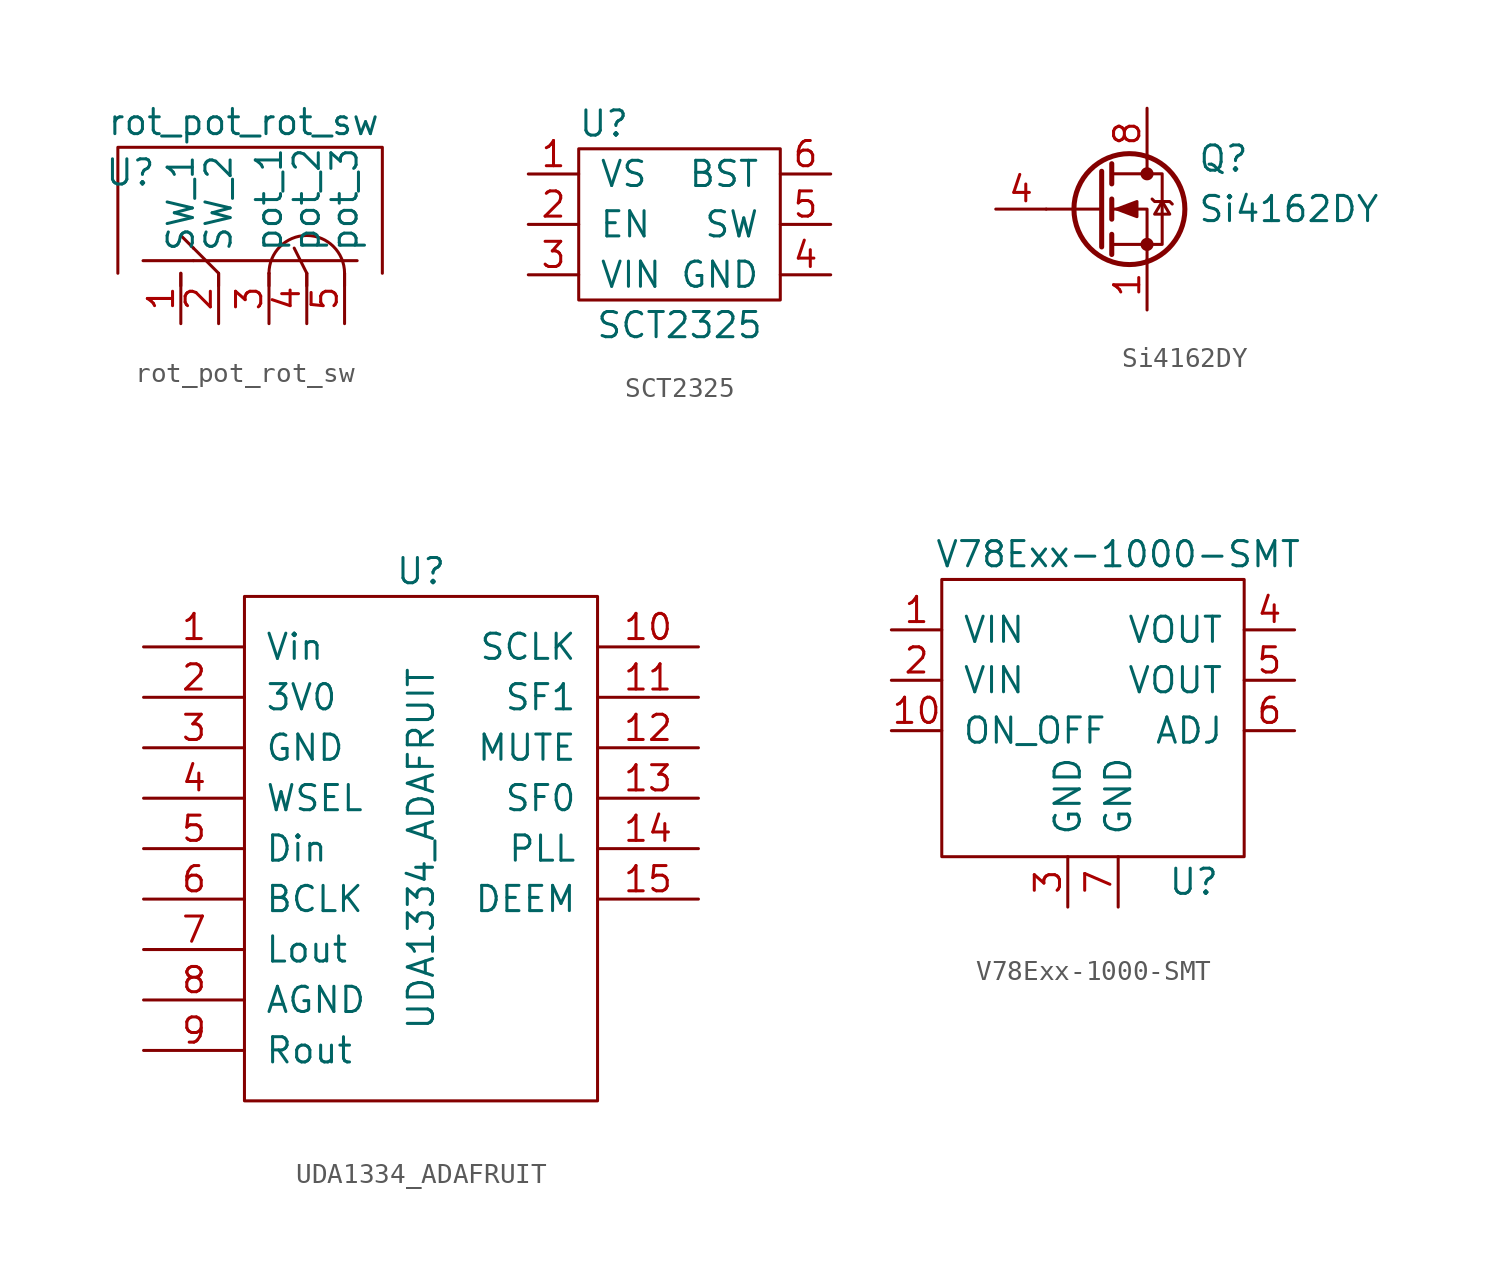
<source format=kicad_sym>
(kicad_symbol_lib
  (version 20231120)
  (generator "kicad_symbol_editor")
  (generator_version "8.0")
  (symbol "rot_pot_rot_sw"
    (pin_names
      (offset 1.016))
    (property "Reference" "U"
      (at -9.525 5.08 0)
      (effects (font (size 1.27 1.27))))
    (property "Value" "rot_pot_rot_sw"
      (at -3.81 7.62 0)
      (effects (font (size 1.27 1.27))))
    (symbol "rot_pot_rot_sw_0_1"
      (polyline (pts (xy -8.89 0.635) (xy -6.35 0.635)) (stroke (width 0) (type default)) (fill (type none)))
      (polyline (pts (xy -6.35 0.635) (xy 1.905 0.635)) (stroke (width 0) (type default)) (fill (type none)))
      (polyline (pts (xy -6.35 1.27) (xy -6.985 1.905)) (stroke (width 0) (type default)) (fill (type none)))
      (polyline (pts (xy -2.54 0) (xy -2.54 -0.635)) (stroke (width 0) (type default)) (fill (type none)))
      (polyline (pts (xy -0.635 0) (xy -1.27 1.27)) (stroke (width 0) (type default)) (fill (type none)))
      (polyline (pts (xy -0.635 0) (xy -0.635 -0.635)) (stroke (width 0) (type default)) (fill (type none)))
      (polyline (pts (xy 1.27 0) (xy 1.27 -0.635)) (stroke (width 0) (type default)) (fill (type none)))
      (polyline (pts (xy -6.985 -0.635) (xy -6.985 0) (xy -6.985 -0.635)) (stroke (width 0) (type default)) (fill (type none)))
      (polyline (pts (xy -5.08 -0.635) (xy -5.08 0) (xy -6.35 1.27)) (stroke (width 0) (type default)) (fill (type none)))
      (polyline (pts (xy -10.16 0) (xy -10.16 6.35) (xy 3.175 6.35) (xy 3.175 0)) (stroke (width 0) (type default)) (fill (type none)))
      (arc (start 1.27 0) (mid -0.635 1.8967) (end -2.54 0) (stroke (width 0) (type default)) (fill (type none))))
    (symbol "rot_pot_rot_sw_1_1"
      (pin passive line (at -6.985 -2.54 90) (length 2.54) (name "SW_1" (effects (font (size 1.27 1.27)))) (number "1" (effects (font (size 1.27 1.27)))))
      (pin passive line (at -5.08 -2.54 90) (length 2.54) (name "SW_2" (effects (font (size 1.27 1.27)))) (number "2" (effects (font (size 1.27 1.27)))))
      (pin passive line (at -2.54 -2.54 90) (length 2.54) (name "pot_1" (effects (font (size 1.27 1.27)))) (number "3" (effects (font (size 1.27 1.27)))))
      (pin passive line (at -0.635 -2.54 90) (length 2.54) (name "pot_2" (effects (font (size 1.27 1.27)))) (number "4" (effects (font (size 1.27 1.27)))))
      (pin passive line (at 1.27 -2.54 90) (length 2.54) (name "pot_3" (effects (font (size 1.27 1.27)))) (number "5" (effects (font (size 1.27 1.27)))))))
  (symbol "SCT2325"
    (pin_names
      (offset 1.016))
    (property "Reference" "U"
      (at -3.81 5.08 0)
      (effects (font (size 1.27 1.27))))
    (property "Value" "SCT2325"
      (at 0 -5.08 0)
      (effects (font (size 1.27 1.27))))
    (symbol "SCT2325_0_1"
      (rectangle (start -5.08 3.81) (end 5.08 -3.81) (stroke (width 0) (type default)) (fill (type none))))
    (symbol "SCT2325_1_1"
      (pin input line (at -7.62 2.54 0) (length 2.54) (name "VS" (effects (font (size 1.27 1.27)))) (number "1" (effects (font (size 1.27 1.27)))))
      (pin input line (at -7.62 0 0) (length 2.54) (name "EN" (effects (font (size 1.27 1.27)))) (number "2" (effects (font (size 1.27 1.27)))))
      (pin power_in line (at -7.62 -2.54 0) (length 2.54) (name "VIN" (effects (font (size 1.27 1.27)))) (number "3" (effects (font (size 1.27 1.27)))))
      (pin passive line (at 7.62 -2.54 180) (length 2.54) (name "GND" (effects (font (size 1.27 1.27)))) (number "4" (effects (font (size 1.27 1.27)))))
      (pin power_out line (at 7.62 0 180) (length 2.54) (name "SW" (effects (font (size 1.27 1.27)))) (number "5" (effects (font (size 1.27 1.27)))))
      (pin power_out line (at 7.62 2.54 180) (length 2.54) (name "BST" (effects (font (size 1.27 1.27)))) (number "6" (effects (font (size 1.27 1.27)))))))
  (symbol "Si4162DY"
    (pin_names hide)
    (property "Reference" "Q"
      (at 5.08 2.54 0)
      (effects (font (size 1.27 1.27)) (justify left)))
    (property "Value" "Si4162DY"
      (at 5.08 0 0)
      (effects (font (size 1.27 1.27)) (justify left)))
    (symbol "Si4162DY_0_1"
      (polyline (pts (xy 0.254 0) (xy -2.54 0)) (stroke (width 0) (type default)) (fill (type none)))
      (polyline (pts (xy 0.254 1.905) (xy 0.254 -1.905)) (stroke (width 0.254) (type default)) (fill (type none)))
      (polyline (pts (xy 0.762 -1.27) (xy 0.762 -2.286)) (stroke (width 0.254) (type default)) (fill (type none)))
      (polyline (pts (xy 0.762 0.508) (xy 0.762 -0.508)) (stroke (width 0.254) (type default)) (fill (type none)))
      (polyline (pts (xy 0.762 2.286) (xy 0.762 1.27)) (stroke (width 0.254) (type default)) (fill (type none)))
      (polyline (pts (xy 2.54 2.54) (xy 2.54 1.778)) (stroke (width 0) (type default)) (fill (type none)))
      (polyline (pts (xy 2.54 -2.54) (xy 2.54 0) (xy 0.762 0)) (stroke (width 0) (type default)) (fill (type none)))
      (polyline (pts (xy 0.762 -1.778) (xy 3.302 -1.778) (xy 3.302 1.778) (xy 0.762 1.778)) (stroke (width 0) (type default)) (fill (type none)))
      (polyline (pts (xy 1.016 0) (xy 2.032 0.381) (xy 2.032 -0.381) (xy 1.016 0)) (stroke (width 0) (type default)) (fill (type outline)))
      (polyline (pts (xy 2.794 0.508) (xy 2.921 0.381) (xy 3.683 0.381) (xy 3.81 0.254)) (stroke (width 0) (type default)) (fill (type none)))
      (polyline (pts (xy 3.302 0.381) (xy 2.921 -0.254) (xy 3.683 -0.254) (xy 3.302 0.381)) (stroke (width 0) (type default)) (fill (type none)))
      (circle (center 1.651 0) (radius 2.794) (stroke (width 0.254) (type default)) (fill (type none)))
      (circle (center 2.54 -1.778) (radius 0.254) (stroke (width 0) (type default)) (fill (type outline)))
      (circle (center 2.54 1.778) (radius 0.254) (stroke (width 0) (type default)) (fill (type outline))))
    (symbol "Si4162DY_1_1"
      (pin passive line (at 2.54 -5.08 90) (length 2.54) (name "S" (effects (font (size 1.27 1.27)))) (number "1" (effects (font (size 1.27 1.27)))))
      (pin passive line (at 2.54 -5.08 90) (length 2.54) hide (name "S" (effects (font (size 1.27 1.27)))) (number "2" (effects (font (size 1.27 1.27)))))
      (pin passive line (at 2.54 -5.08 90) (length 2.54) hide (name "S" (effects (font (size 1.27 1.27)))) (number "3" (effects (font (size 1.27 1.27)))))
      (pin input line (at -5.08 0 0) (length 2.54) (name "G" (effects (font (size 1.27 1.27)))) (number "4" (effects (font (size 1.27 1.27)))))
      (pin passive line (at 2.54 5.08 270) (length 2.54) hide (name "D" (effects (font (size 1.27 1.27)))) (number "5" (effects (font (size 1.27 1.27)))))
      (pin passive line (at 2.54 5.08 270) (length 2.54) hide (name "D" (effects (font (size 1.27 1.27)))) (number "6" (effects (font (size 1.27 1.27)))))
      (pin passive line (at 2.54 5.08 270) (length 2.54) hide (name "D" (effects (font (size 1.27 1.27)))) (number "7" (effects (font (size 1.27 1.27)))))
      (pin passive line (at 2.54 5.08 270) (length 2.54) (name "D" (effects (font (size 1.27 1.27)))) (number "8" (effects (font (size 1.27 1.27)))))))
  (symbol "UDA1334_ADAFRUIT"
    (pin_names
      (offset 1.016))
    (property "Reference" "U"
      (at 0 11.43 0)
      (effects (font (size 1.27 1.27))))
    (property "Value" "UDA1334_ADAFRUIT"
      (at 0 -2.54 90)
      (effects (font (size 1.27 1.27))))
    (symbol "UDA1334_ADAFRUIT_0_1"
      (rectangle (start -8.89 10.16) (end 8.89 -15.24) (stroke (width 0) (type default)) (fill (type none))))
    (symbol "UDA1334_ADAFRUIT_1_1"
      (pin power_in line (at -13.97 7.62 0) (length 5.08) (name "Vin" (effects (font (size 1.27 1.27)))) (number "1" (effects (font (size 1.27 1.27)))))
      (pin input line (at 13.97 7.62 180) (length 5.08) (name "SCLK" (effects (font (size 1.27 1.27)))) (number "10" (effects (font (size 1.27 1.27)))))
      (pin input line (at 13.97 5.08 180) (length 5.08) (name "SF1" (effects (font (size 1.27 1.27)))) (number "11" (effects (font (size 1.27 1.27)))))
      (pin input line (at 13.97 2.54 180) (length 5.08) (name "MUTE" (effects (font (size 1.27 1.27)))) (number "12" (effects (font (size 1.27 1.27)))))
      (pin input line (at 13.97 0 180) (length 5.08) (name "SF0" (effects (font (size 1.27 1.27)))) (number "13" (effects (font (size 1.27 1.27)))))
      (pin input line (at 13.97 -2.54 180) (length 5.08) (name "PLL" (effects (font (size 1.27 1.27)))) (number "14" (effects (font (size 1.27 1.27)))))
      (pin input line (at 13.97 -5.08 180) (length 5.08) (name "DEEM" (effects (font (size 1.27 1.27)))) (number "15" (effects (font (size 1.27 1.27)))))
      (pin power_out line (at -13.97 5.08 0) (length 5.08) (name "3V0" (effects (font (size 1.27 1.27)))) (number "2" (effects (font (size 1.27 1.27)))))
      (pin passive line (at -13.97 2.54 0) (length 5.08) (name "GND" (effects (font (size 1.27 1.27)))) (number "3" (effects (font (size 1.27 1.27)))))
      (pin input line (at -13.97 0 0) (length 5.08) (name "WSEL" (effects (font (size 1.27 1.27)))) (number "4" (effects (font (size 1.27 1.27)))))
      (pin input line (at -13.97 -2.54 0) (length 5.08) (name "Din" (effects (font (size 1.27 1.27)))) (number "5" (effects (font (size 1.27 1.27)))))
      (pin input line (at -13.97 -5.08 0) (length 5.08) (name "BCLK" (effects (font (size 1.27 1.27)))) (number "6" (effects (font (size 1.27 1.27)))))
      (pin output line (at -13.97 -7.62 0) (length 5.08) (name "Lout" (effects (font (size 1.27 1.27)))) (number "7" (effects (font (size 1.27 1.27)))))
      (pin passive line (at -13.97 -10.16 0) (length 5.08) (name "AGND" (effects (font (size 1.27 1.27)))) (number "8" (effects (font (size 1.27 1.27)))))
      (pin output line (at -13.97 -12.7 0) (length 5.08) (name "Rout" (effects (font (size 1.27 1.27)))) (number "9" (effects (font (size 1.27 1.27)))))))
  (symbol "V78Exx-1000-SMT"
    (pin_names
      (offset 1.016))
    (property "Reference" "U"
      (at 5.08 -8.89 0)
      (effects (font (size 1.27 1.27))))
    (property "Value" "V78Exx-1000-SMT"
      (at 1.27 7.62 0)
      (effects (font (size 1.27 1.27))))
    (symbol "V78Exx-1000-SMT_0_1"
      (rectangle (start -7.62 6.35) (end 7.62 -7.62) (stroke (width 0) (type default)) (fill (type none))))
    (symbol "V78Exx-1000-SMT_1_1"
      (pin power_in line (at -10.16 3.81 0) (length 2.54) (name "VIN" (effects (font (size 1.27 1.27)))) (number "1" (effects (font (size 1.27 1.27)))))
      (pin input line (at -10.16 -1.27 0) (length 2.54) (name "ON_OFF" (effects (font (size 1.27 1.27)))) (number "10" (effects (font (size 1.27 1.27)))))
      (pin power_in line (at -10.16 1.27 0) (length 2.54) (name "VIN" (effects (font (size 1.27 1.27)))) (number "2" (effects (font (size 1.27 1.27)))))
      (pin passive line (at -1.27 -10.16 90) (length 2.54) (name "GND" (effects (font (size 1.27 1.27)))) (number "3" (effects (font (size 1.27 1.27)))))
      (pin power_out line (at 10.16 3.81 180) (length 2.54) (name "VOUT" (effects (font (size 1.27 1.27)))) (number "4" (effects (font (size 1.27 1.27)))))
      (pin power_out line (at 10.16 1.27 180) (length 2.54) (name "VOUT" (effects (font (size 1.27 1.27)))) (number "5" (effects (font (size 1.27 1.27)))))
      (pin input line (at 10.16 -1.27 180) (length 2.54) (name "ADJ" (effects (font (size 1.27 1.27)))) (number "6" (effects (font (size 1.27 1.27)))))
      (pin passive line (at 1.27 -10.16 90) (length 2.54) (name "GND" (effects (font (size 1.27 1.27)))) (number "7" (effects (font (size 1.27 1.27))))))))
</source>
